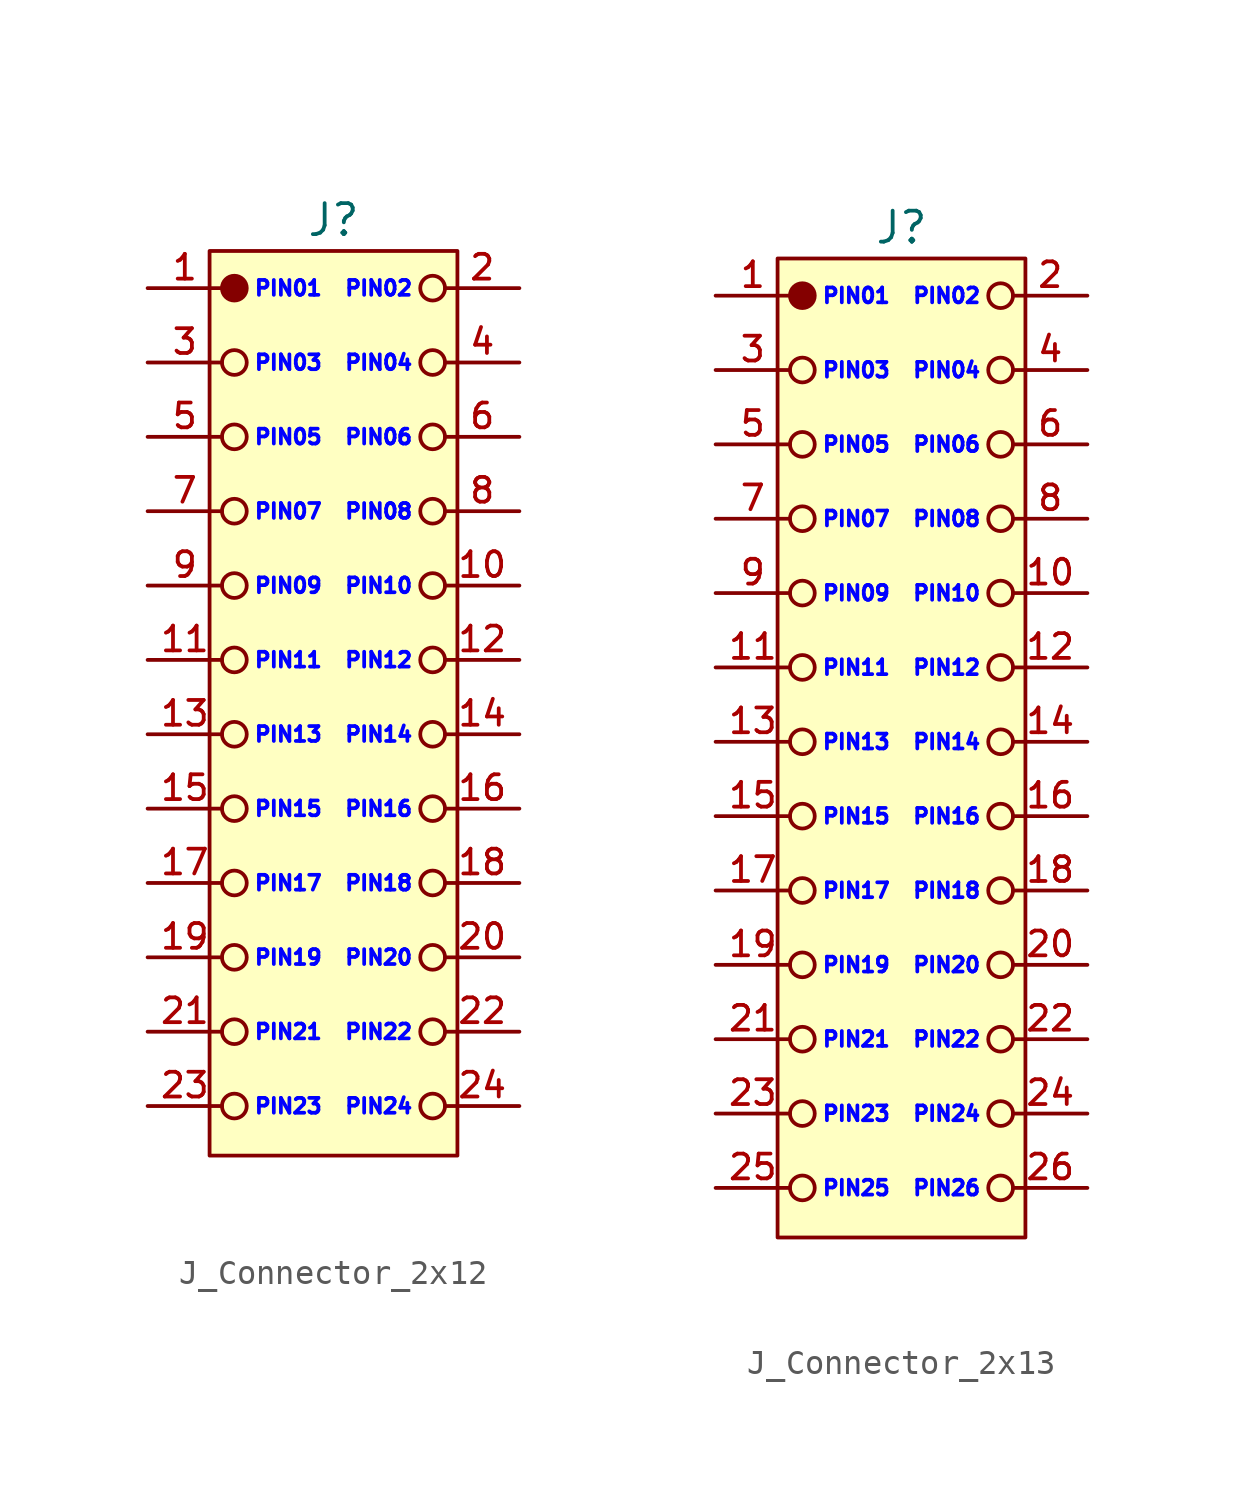
<source format=kicad_sym>
(kicad_symbol_lib
  (version 20241209)
  (generator "kicad_symbol_editor")
  (generator_version "9.0")
  (symbol "J_Connector_2x12"
    (pin_names
      (offset 0)
      (hide yes))
    (property "Reference" "J"
      (at 7.5 2.75 0)
      (do_not_autoplace)
      (effects (font (size 1.25 1.25))))
    (property "PIN_01" "PIN01"
      (at 4.25 0 0)
      (do_not_autoplace)
      (effects (font (size 0.6 0.6) (color 0 0 255 1)) (justify left)))
    (property "PIN_02" "PIN02"
      (at 10.75 0 0)
      (do_not_autoplace)
      (effects (font (size 0.6 0.6) (color 0 0 255 1)) (justify right)))
    (property "PIN_03" "PIN03"
      (at 4.25 -3 0)
      (do_not_autoplace)
      (effects (font (size 0.6 0.6) (color 0 0 255 1)) (justify left)))
    (property "PIN_04" "PIN04"
      (at 10.75 -3 0)
      (do_not_autoplace)
      (effects (font (size 0.6 0.6) (color 0 0 255 1)) (justify right)))
    (property "PIN_05" "PIN05"
      (at 4.25 -6 0)
      (do_not_autoplace)
      (effects (font (size 0.6 0.6) (color 0 0 255 1)) (justify left)))
    (property "PIN_06" "PIN06"
      (at 10.75 -6 0)
      (do_not_autoplace)
      (effects (font (size 0.6 0.6) (color 0 0 255 1)) (justify right)))
    (property "PIN_07" "PIN07"
      (at 4.25 -9 0)
      (do_not_autoplace)
      (effects (font (size 0.6 0.6) (color 0 0 255 1)) (justify left)))
    (property "PIN_08" "PIN08"
      (at 10.75 -9 0)
      (do_not_autoplace)
      (effects (font (size 0.6 0.6) (color 0 0 255 1)) (justify right)))
    (property "PIN_09" "PIN09"
      (at 4.25 -12 0)
      (do_not_autoplace)
      (effects (font (size 0.6 0.6) (color 0 0 255 1)) (justify left)))
    (property "PIN_10" "PIN10"
      (at 10.75 -12 0)
      (do_not_autoplace)
      (effects (font (size 0.6 0.6) (color 0 0 255 1)) (justify right)))
    (property "PIN_11" "PIN11"
      (at 4.25 -15 0)
      (do_not_autoplace)
      (effects (font (size 0.6 0.6) (color 0 0 255 1)) (justify left)))
    (property "PIN_12" "PIN12"
      (at 10.75 -15 0)
      (do_not_autoplace)
      (effects (font (size 0.6 0.6) (color 0 0 255 1)) (justify right)))
    (property "PIN_13" "PIN13"
      (at 4.25 -18 0)
      (do_not_autoplace)
      (effects (font (size 0.6 0.6) (color 0 0 255 1)) (justify left)))
    (property "PIN_14" "PIN14"
      (at 10.75 -18 0)
      (do_not_autoplace)
      (effects (font (size 0.6 0.6) (color 0 0 255 1)) (justify right)))
    (property "PIN_15" "PIN15"
      (at 4.25 -21 0)
      (do_not_autoplace)
      (effects (font (size 0.6 0.6) (color 0 0 255 1)) (justify left)))
    (property "PIN_16" "PIN16"
      (at 10.75 -21 0)
      (do_not_autoplace)
      (effects (font (size 0.6 0.6) (color 0 0 255 1)) (justify right)))
    (property "PIN_17" "PIN17"
      (at 4.25 -24 0)
      (effects (font (size 0.6 0.6) (color 0 0 255 1)) (justify left)))
    (property "PIN_18" "PIN18"
      (at 10.75 -24 0)
      (effects (font (size 0.6 0.6) (color 0 0 255 1)) (justify right)))
    (property "PIN_19" "PIN19"
      (at 4.25 -27 0)
      (effects (font (size 0.6 0.6) (color 0 0 255 1)) (justify left)))
    (property "PIN_20" "PIN20"
      (at 10.75 -27 0)
      (effects (font (size 0.6 0.6) (color 0 0 255 1)) (justify right)))
    (property "PIN_21" "PIN21"
      (at 4.25 -30 0)
      (effects (font (size 0.6 0.6) (color 0 0 255 1)) (justify left)))
    (property "PIN_22" "PIN22"
      (at 10.75 -30 0)
      (effects (font (size 0.6 0.6) (color 0 0 255 1)) (justify right)))
    (property "PIN_23" "PIN23"
      (at 4.25 -33 0)
      (effects (font (size 0.6 0.6) (color 0 0 255 1)) (justify left)))
    (property "PIN_24" "PIN24"
      (at 10.75 -33 0)
      (effects (font (size 0.6 0.6) (color 0 0 255 1)) (justify right)))
    (symbol "J_Connector_2x12_0_1"
      (circle (center 3.5 -3) (radius 0.5) (stroke (width 0) (type default)) (fill (type none)))
      (circle (center 3.5 -6) (radius 0.5) (stroke (width 0) (type default)) (fill (type none)))
      (circle (center 3.5 -9) (radius 0.5) (stroke (width 0) (type default)) (fill (type none)))
      (circle (center 3.5 -12) (radius 0.5) (stroke (width 0) (type default)) (fill (type none)))
      (circle (center 3.5 -15) (radius 0.5) (stroke (width 0) (type default)) (fill (type none)))
      (circle (center 3.5 -18) (radius 0.5) (stroke (width 0) (type default)) (fill (type none)))
      (circle (center 3.5 -21) (radius 0.5) (stroke (width 0) (type default)) (fill (type none)))
      (circle (center 3.5 -27) (radius 0.5) (stroke (width 0) (type default)) (fill (type none)))
      (circle (center 3.5 -30) (radius 0.5) (stroke (width 0) (type default)) (fill (type none)))
      (circle (center 3.5 -33) (radius 0.5) (stroke (width 0) (type default)) (fill (type none)))
      (circle (center 11.5 0) (radius 0.5) (stroke (width 0) (type default)) (fill (type none)))
      (circle (center 11.5 -3) (radius 0.5) (stroke (width 0) (type default)) (fill (type none)))
      (circle (center 11.5 -6) (radius 0.5) (stroke (width 0) (type default)) (fill (type none)))
      (circle (center 11.5 -9) (radius 0.5) (stroke (width 0) (type default)) (fill (type none)))
      (circle (center 11.5 -12) (radius 0.5) (stroke (width 0) (type default)) (fill (type none)))
      (circle (center 11.5 -15) (radius 0.5) (stroke (width 0) (type default)) (fill (type none)))
      (circle (center 11.5 -18) (radius 0.5) (stroke (width 0) (type default)) (fill (type none)))
      (circle (center 11.5 -21) (radius 0.5) (stroke (width 0) (type default)) (fill (type none)))
      (circle (center 11.5 -24) (radius 0.5) (stroke (width 0) (type default)) (fill (type none)))
      (circle (center 11.5 -27) (radius 0.5) (stroke (width 0) (type default)) (fill (type none)))
      (circle (center 11.5 -30) (radius 0.5) (stroke (width 0) (type default)) (fill (type none)))
      (circle (center 11.5 -33) (radius 0.5) (stroke (width 0) (type default)) (fill (type none))))
    (symbol "J_Connector_2x12_1_1"
      (rectangle (start 2.5 1.5) (end 12.5 -35) (stroke (width 0) (type default)) (fill (type background)))
      (circle (center 3.5 0) (radius 0.5) (stroke (width 0) (type default)) (fill (type outline)))
      (circle (center 3.5 -24) (radius 0.5) (stroke (width 0) (type default)) (fill (type none)))
      (pin passive line (at 0 0 0) (length 3) (name "1" (effects (font (size 1 1)))) (number "1" (effects (font (size 1 1)))))
      (pin passive line (at 0 -3 0) (length 3) (name "3" (effects (font (size 1 1)))) (number "3" (effects (font (size 1 1)))))
      (pin passive line (at 0 -6 0) (length 3) (name "5" (effects (font (size 1 1)))) (number "5" (effects (font (size 1 1)))))
      (pin passive line (at 0 -9 0) (length 3) (name "7" (effects (font (size 1 1)))) (number "7" (effects (font (size 1 1)))))
      (pin passive line (at 0 -12 0) (length 3) (name "9" (effects (font (size 1 1)))) (number "9" (effects (font (size 1 1)))))
      (pin passive line (at 0 -15 0) (length 3) (name "11" (effects (font (size 1 1)))) (number "11" (effects (font (size 1 1)))))
      (pin passive line (at 0 -18 0) (length 3) (name "13" (effects (font (size 1 1)))) (number "13" (effects (font (size 1 1)))))
      (pin passive line (at 0 -21 0) (length 3) (name "15" (effects (font (size 1 1)))) (number "15" (effects (font (size 1 1)))))
      (pin passive line (at 0 -24 0) (length 3) (name "17" (effects (font (size 1 1)))) (number "17" (effects (font (size 1 1)))))
      (pin passive line (at 0 -27 0) (length 3) (name "19" (effects (font (size 1 1)))) (number "19" (effects (font (size 1 1)))))
      (pin passive line (at 0 -30 0) (length 3) (name "21" (effects (font (size 1 1)))) (number "21" (effects (font (size 1 1)))))
      (pin passive line (at 0 -33 0) (length 3) (name "23" (effects (font (size 1 1)))) (number "23" (effects (font (size 1 1)))))
      (pin passive line (at 15 0 180) (length 3) (name "2" (effects (font (size 1 1)))) (number "2" (effects (font (size 1 1)))))
      (pin passive line (at 15 -3 180) (length 3) (name "4" (effects (font (size 1 1)))) (number "4" (effects (font (size 1 1)))))
      (pin passive line (at 15 -6 180) (length 3) (name "6" (effects (font (size 1 1)))) (number "6" (effects (font (size 1 1)))))
      (pin passive line (at 15 -9 180) (length 3) (name "8" (effects (font (size 1 1)))) (number "8" (effects (font (size 1 1)))))
      (pin passive line (at 15 -12 180) (length 3) (name "10" (effects (font (size 1 1)))) (number "10" (effects (font (size 1 1)))))
      (pin passive line (at 15 -15 180) (length 3) (name "12" (effects (font (size 1 1)))) (number "12" (effects (font (size 1 1)))))
      (pin passive line (at 15 -18 180) (length 3) (name "14" (effects (font (size 1 1)))) (number "14" (effects (font (size 1 1)))))
      (pin passive line (at 15 -21 180) (length 3) (name "16" (effects (font (size 1 1)))) (number "16" (effects (font (size 1 1)))))
      (pin passive line (at 15 -24 180) (length 3) (name "18" (effects (font (size 1 1)))) (number "18" (effects (font (size 1 1)))))
      (pin passive line (at 15 -27 180) (length 3) (name "20" (effects (font (size 1 1)))) (number "20" (effects (font (size 1 1)))))
      (pin passive line (at 15 -30 180) (length 3) (name "22" (effects (font (size 1 1)))) (number "22" (effects (font (size 1 1)))))
      (pin passive line (at 15 -33 180) (length 3) (name "24" (effects (font (size 1 1)))) (number "24" (effects (font (size 1 1)))))))
  (symbol "J_Connector_2x13"
    (pin_names
      (offset 0)
      (hide yes))
    (property "Reference" "J"
      (at 7.5 2.75 0)
      (do_not_autoplace)
      (effects (font (size 1.25 1.25))))
    (property "PIN_01" "PIN01"
      (at 4.25 0 0)
      (do_not_autoplace)
      (effects (font (size 0.6 0.6) (color 0 0 255 1)) (justify left)))
    (property "PIN_02" "PIN02"
      (at 10.75 0 0)
      (do_not_autoplace)
      (effects (font (size 0.6 0.6) (color 0 0 255 1)) (justify right)))
    (property "PIN_03" "PIN03"
      (at 4.25 -3 0)
      (do_not_autoplace)
      (effects (font (size 0.6 0.6) (color 0 0 255 1)) (justify left)))
    (property "PIN_04" "PIN04"
      (at 10.75 -3 0)
      (do_not_autoplace)
      (effects (font (size 0.6 0.6) (color 0 0 255 1)) (justify right)))
    (property "PIN_05" "PIN05"
      (at 4.25 -6 0)
      (do_not_autoplace)
      (effects (font (size 0.6 0.6) (color 0 0 255 1)) (justify left)))
    (property "PIN_06" "PIN06"
      (at 10.75 -6 0)
      (do_not_autoplace)
      (effects (font (size 0.6 0.6) (color 0 0 255 1)) (justify right)))
    (property "PIN_07" "PIN07"
      (at 4.25 -9 0)
      (do_not_autoplace)
      (effects (font (size 0.6 0.6) (color 0 0 255 1)) (justify left)))
    (property "PIN_08" "PIN08"
      (at 10.75 -9 0)
      (do_not_autoplace)
      (effects (font (size 0.6 0.6) (color 0 0 255 1)) (justify right)))
    (property "PIN_09" "PIN09"
      (at 4.25 -12 0)
      (do_not_autoplace)
      (effects (font (size 0.6 0.6) (color 0 0 255 1)) (justify left)))
    (property "PIN_10" "PIN10"
      (at 10.75 -12 0)
      (do_not_autoplace)
      (effects (font (size 0.6 0.6) (color 0 0 255 1)) (justify right)))
    (property "PIN_11" "PIN11"
      (at 4.25 -15 0)
      (do_not_autoplace)
      (effects (font (size 0.6 0.6) (color 0 0 255 1)) (justify left)))
    (property "PIN_12" "PIN12"
      (at 10.75 -15 0)
      (do_not_autoplace)
      (effects (font (size 0.6 0.6) (color 0 0 255 1)) (justify right)))
    (property "PIN_13" "PIN13"
      (at 4.25 -18 0)
      (do_not_autoplace)
      (effects (font (size 0.6 0.6) (color 0 0 255 1)) (justify left)))
    (property "PIN_14" "PIN14"
      (at 10.75 -18 0)
      (do_not_autoplace)
      (effects (font (size 0.6 0.6) (color 0 0 255 1)) (justify right)))
    (property "PIN_15" "PIN15"
      (at 4.25 -21 0)
      (do_not_autoplace)
      (effects (font (size 0.6 0.6) (color 0 0 255 1)) (justify left)))
    (property "PIN_16" "PIN16"
      (at 10.75 -21 0)
      (do_not_autoplace)
      (effects (font (size 0.6 0.6) (color 0 0 255 1)) (justify right)))
    (property "PIN_17" "PIN17"
      (at 4.25 -24 0)
      (effects (font (size 0.6 0.6) (color 0 0 255 1)) (justify left)))
    (property "PIN_18" "PIN18"
      (at 10.75 -24 0)
      (effects (font (size 0.6 0.6) (color 0 0 255 1)) (justify right)))
    (property "PIN_19" "PIN19"
      (at 4.25 -27 0)
      (effects (font (size 0.6 0.6) (color 0 0 255 1)) (justify left)))
    (property "PIN_20" "PIN20"
      (at 10.75 -27 0)
      (effects (font (size 0.6 0.6) (color 0 0 255 1)) (justify right)))
    (property "PIN_21" "PIN21"
      (at 4.25 -30 0)
      (effects (font (size 0.6 0.6) (color 0 0 255 1)) (justify left)))
    (property "PIN_22" "PIN22"
      (at 10.75 -30 0)
      (effects (font (size 0.6 0.6) (color 0 0 255 1)) (justify right)))
    (property "PIN_23" "PIN23"
      (at 4.25 -33 0)
      (effects (font (size 0.6 0.6) (color 0 0 255 1)) (justify left)))
    (property "PIN_24" "PIN24"
      (at 10.75 -33 0)
      (effects (font (size 0.6 0.6) (color 0 0 255 1)) (justify right)))
    (property "PIN_25" "PIN25"
      (at 4.25 -36 0)
      (effects (font (size 0.6 0.6) (color 0 0 255 1)) (justify left)))
    (property "PIN_26" "PIN26"
      (at 10.75 -36 0)
      (effects (font (size 0.6 0.6) (color 0 0 255 1)) (justify right)))
    (symbol "J_Connector_2x13_0_1"
      (circle (center 3.5 -3) (radius 0.5) (stroke (width 0) (type default)) (fill (type none)))
      (circle (center 3.5 -6) (radius 0.5) (stroke (width 0) (type default)) (fill (type none)))
      (circle (center 3.5 -9) (radius 0.5) (stroke (width 0) (type default)) (fill (type none)))
      (circle (center 3.5 -12) (radius 0.5) (stroke (width 0) (type default)) (fill (type none)))
      (circle (center 3.5 -15) (radius 0.5) (stroke (width 0) (type default)) (fill (type none)))
      (circle (center 3.5 -18) (radius 0.5) (stroke (width 0) (type default)) (fill (type none)))
      (circle (center 3.5 -21) (radius 0.5) (stroke (width 0) (type default)) (fill (type none)))
      (circle (center 3.5 -27) (radius 0.5) (stroke (width 0) (type default)) (fill (type none)))
      (circle (center 3.5 -30) (radius 0.5) (stroke (width 0) (type default)) (fill (type none)))
      (circle (center 3.5 -33) (radius 0.5) (stroke (width 0) (type default)) (fill (type none)))
      (circle (center 3.5 -36) (radius 0.5) (stroke (width 0) (type default)) (fill (type none)))
      (circle (center 11.5 0) (radius 0.5) (stroke (width 0) (type default)) (fill (type none)))
      (circle (center 11.5 -3) (radius 0.5) (stroke (width 0) (type default)) (fill (type none)))
      (circle (center 11.5 -6) (radius 0.5) (stroke (width 0) (type default)) (fill (type none)))
      (circle (center 11.5 -9) (radius 0.5) (stroke (width 0) (type default)) (fill (type none)))
      (circle (center 11.5 -12) (radius 0.5) (stroke (width 0) (type default)) (fill (type none)))
      (circle (center 11.5 -15) (radius 0.5) (stroke (width 0) (type default)) (fill (type none)))
      (circle (center 11.5 -18) (radius 0.5) (stroke (width 0) (type default)) (fill (type none)))
      (circle (center 11.5 -21) (radius 0.5) (stroke (width 0) (type default)) (fill (type none)))
      (circle (center 11.5 -24) (radius 0.5) (stroke (width 0) (type default)) (fill (type none)))
      (circle (center 11.5 -27) (radius 0.5) (stroke (width 0) (type default)) (fill (type none)))
      (circle (center 11.5 -30) (radius 0.5) (stroke (width 0) (type default)) (fill (type none)))
      (circle (center 11.5 -33) (radius 0.5) (stroke (width 0) (type default)) (fill (type none)))
      (circle (center 11.5 -36) (radius 0.5) (stroke (width 0) (type default)) (fill (type none))))
    (symbol "J_Connector_2x13_1_1"
      (rectangle (start 2.5 1.5) (end 12.5 -38) (stroke (width 0) (type default)) (fill (type background)))
      (circle (center 3.5 0) (radius 0.5) (stroke (width 0) (type default)) (fill (type outline)))
      (circle (center 3.5 -24) (radius 0.5) (stroke (width 0) (type default)) (fill (type none)))
      (pin passive line (at 0 0 0) (length 3) (name "1" (effects (font (size 1 1)))) (number "1" (effects (font (size 1 1)))))
      (pin passive line (at 0 -3 0) (length 3) (name "3" (effects (font (size 1 1)))) (number "3" (effects (font (size 1 1)))))
      (pin passive line (at 0 -6 0) (length 3) (name "5" (effects (font (size 1 1)))) (number "5" (effects (font (size 1 1)))))
      (pin passive line (at 0 -9 0) (length 3) (name "7" (effects (font (size 1 1)))) (number "7" (effects (font (size 1 1)))))
      (pin passive line (at 0 -12 0) (length 3) (name "9" (effects (font (size 1 1)))) (number "9" (effects (font (size 1 1)))))
      (pin passive line (at 0 -15 0) (length 3) (name "11" (effects (font (size 1 1)))) (number "11" (effects (font (size 1 1)))))
      (pin passive line (at 0 -18 0) (length 3) (name "13" (effects (font (size 1 1)))) (number "13" (effects (font (size 1 1)))))
      (pin passive line (at 0 -21 0) (length 3) (name "15" (effects (font (size 1 1)))) (number "15" (effects (font (size 1 1)))))
      (pin passive line (at 0 -24 0) (length 3) (name "17" (effects (font (size 1 1)))) (number "17" (effects (font (size 1 1)))))
      (pin passive line (at 0 -27 0) (length 3) (name "19" (effects (font (size 1 1)))) (number "19" (effects (font (size 1 1)))))
      (pin passive line (at 0 -30 0) (length 3) (name "21" (effects (font (size 1 1)))) (number "21" (effects (font (size 1 1)))))
      (pin passive line (at 0 -33 0) (length 3) (name "23" (effects (font (size 1 1)))) (number "23" (effects (font (size 1 1)))))
      (pin passive line (at 0 -36 0) (length 3) (name "25" (effects (font (size 1 1)))) (number "25" (effects (font (size 1 1)))))
      (pin passive line (at 15 0 180) (length 3) (name "2" (effects (font (size 1 1)))) (number "2" (effects (font (size 1 1)))))
      (pin passive line (at 15 -3 180) (length 3) (name "4" (effects (font (size 1 1)))) (number "4" (effects (font (size 1 1)))))
      (pin passive line (at 15 -6 180) (length 3) (name "6" (effects (font (size 1 1)))) (number "6" (effects (font (size 1 1)))))
      (pin passive line (at 15 -9 180) (length 3) (name "8" (effects (font (size 1 1)))) (number "8" (effects (font (size 1 1)))))
      (pin passive line (at 15 -12 180) (length 3) (name "10" (effects (font (size 1 1)))) (number "10" (effects (font (size 1 1)))))
      (pin passive line (at 15 -15 180) (length 3) (name "12" (effects (font (size 1 1)))) (number "12" (effects (font (size 1 1)))))
      (pin passive line (at 15 -18 180) (length 3) (name "14" (effects (font (size 1 1)))) (number "14" (effects (font (size 1 1)))))
      (pin passive line (at 15 -21 180) (length 3) (name "16" (effects (font (size 1 1)))) (number "16" (effects (font (size 1 1)))))
      (pin passive line (at 15 -24 180) (length 3) (name "18" (effects (font (size 1 1)))) (number "18" (effects (font (size 1 1)))))
      (pin passive line (at 15 -27 180) (length 3) (name "20" (effects (font (size 1 1)))) (number "20" (effects (font (size 1 1)))))
      (pin passive line (at 15 -30 180) (length 3) (name "22" (effects (font (size 1 1)))) (number "22" (effects (font (size 1 1)))))
      (pin passive line (at 15 -33 180) (length 3) (name "24" (effects (font (size 1 1)))) (number "24" (effects (font (size 1 1)))))
      (pin passive line (at 15 -36 180) (length 3) (name "26" (effects (font (size 1 1)))) (number "26" (effects (font (size 1 1))))))))
</source>
